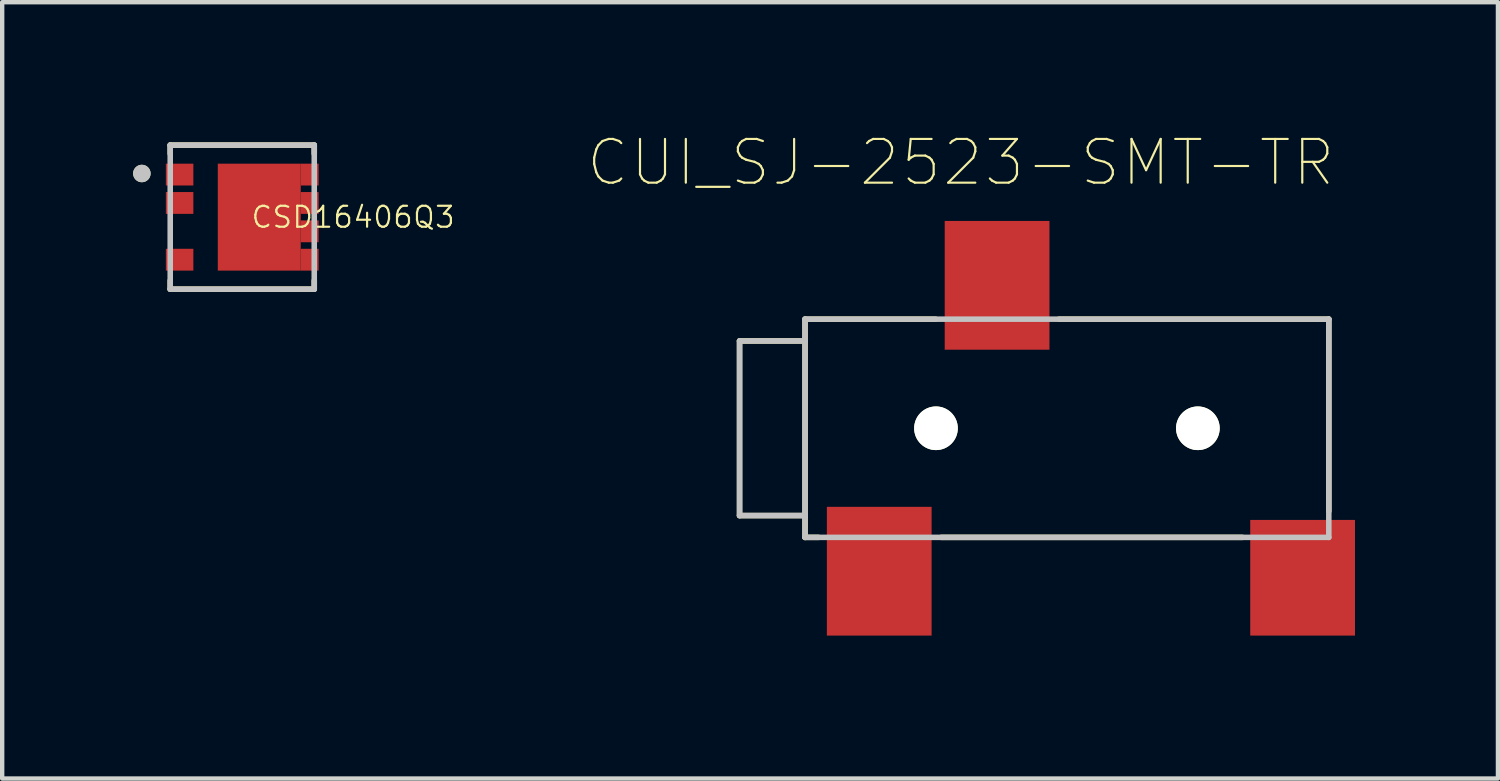
<source format=kicad_pcb>
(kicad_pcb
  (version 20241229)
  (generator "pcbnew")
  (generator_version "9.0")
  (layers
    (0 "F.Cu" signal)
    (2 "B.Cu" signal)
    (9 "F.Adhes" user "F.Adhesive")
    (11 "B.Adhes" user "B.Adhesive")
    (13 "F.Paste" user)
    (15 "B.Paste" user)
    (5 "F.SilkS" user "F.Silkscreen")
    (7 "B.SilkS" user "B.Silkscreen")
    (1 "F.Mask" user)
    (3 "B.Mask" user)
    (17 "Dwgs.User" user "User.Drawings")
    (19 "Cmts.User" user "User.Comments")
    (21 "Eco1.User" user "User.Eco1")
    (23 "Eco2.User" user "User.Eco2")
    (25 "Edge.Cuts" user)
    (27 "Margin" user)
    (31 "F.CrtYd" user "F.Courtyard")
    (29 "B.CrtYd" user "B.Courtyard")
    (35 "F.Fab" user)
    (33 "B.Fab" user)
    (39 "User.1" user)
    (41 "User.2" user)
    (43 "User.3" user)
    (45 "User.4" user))
  (footprint "CSD16406Q3"
    (layer "F.Cu")
    (at 2.5 1.925)
    (property "Reference" "CSD16406Q3" (at 2.54 0 0) (layer "F.SilkS") (effects (font (size 0.48 0.48) (thickness 0.05))))
    (attr smd)
    (fp_line (start -1.65 -1.65) (end -1.65 -1.453) (stroke (width 0.127) (type solid)) (layer "F.SilkS"))
    (fp_line (start -1.65 1.453) (end -1.65 1.65) (stroke (width 0.127) (type solid)) (layer "F.SilkS"))
    (fp_line (start -1.65 1.65) (end 1.65 1.65) (stroke (width 0.127) (type solid)) (layer "F.SilkS"))
    (fp_line (start 1.65 -1.65) (end -1.65 -1.65) (stroke (width 0.127) (type solid)) (layer "F.SilkS"))
    (fp_line (start 1.65 -1.453) (end 1.65 -1.65) (stroke (width 0.127) (type solid)) (layer "F.SilkS"))
    (fp_line (start 1.65 1.65) (end 1.65 1.453) (stroke (width 0.127) (type solid)) (layer "F.SilkS"))
    (fp_circle (center -2.3 -1) (end -2.2 -1) (stroke (width 0.2) (type solid)) (fill no) (layer "F.SilkS"))
    (fp_poly (pts (xy -1.21 -1.145) (xy -1.21 -0.805) (xy -1.66 -0.805) (xy -1.66 -1.145)) (stroke (width 0) (type solid)) (fill yes) (layer "F.Paste"))
    (fp_poly (pts (xy -1.21 -0.495) (xy -1.21 -0.155) (xy -1.66 -0.155) (xy -1.66 -0.495)) (stroke (width 0) (type solid)) (fill yes) (layer "F.Paste"))
    (fp_poly (pts (xy -1.21 0.805) (xy -1.21 1.145) (xy -1.66 1.145) (xy -1.66 0.805)) (stroke (width 0) (type solid)) (fill yes) (layer "F.Paste"))
    (fp_poly (pts (xy 0.985 -1.145) (xy 0.985 -0.125) (xy -0.46 -0.125) (xy -0.46 -1.145)) (stroke (width 0) (type solid)) (fill yes) (layer "F.Paste"))
    (fp_poly (pts (xy 0.985 0.125) (xy 0.985 1.145) (xy -0.46 1.145) (xy -0.46 0.125)) (stroke (width 0) (type solid)) (fill yes) (layer "F.Paste"))
    (fp_poly (pts (xy 1.66 -1.145) (xy 1.66 -0.805) (xy 1.21 -0.805) (xy 1.21 -1.145)) (stroke (width 0) (type solid)) (fill yes) (layer "F.Paste"))
    (fp_poly (pts (xy 1.66 -0.495) (xy 1.66 -0.155) (xy 1.21 -0.155) (xy 1.21 -0.495)) (stroke (width 0) (type solid)) (fill yes) (layer "F.Paste"))
    (fp_poly (pts (xy 1.66 0.155) (xy 1.66 0.495) (xy 1.21 0.495) (xy 1.21 0.155)) (stroke (width 0) (type solid)) (fill yes) (layer "F.Paste"))
    (fp_poly (pts (xy 1.66 0.805) (xy 1.66 1.145) (xy 1.21 1.145) (xy 1.21 0.805)) (stroke (width 0) (type solid)) (fill yes) (layer "F.Paste"))
    (fp_line (start -1.65 -1.65) (end 1.65 -1.65) (stroke (width 0.127) (type solid)) (layer "Dwgs.User"))
    (fp_line (start -1.65 1.65) (end -1.65 -1.65) (stroke (width 0.127) (type solid)) (layer "Dwgs.User"))
    (fp_line (start 1.65 -1.65) (end 1.65 1.65) (stroke (width 0.127) (type solid)) (layer "Dwgs.User"))
    (fp_line (start 1.65 1.65) (end -1.65 1.65) (stroke (width 0.127) (type solid)) (layer "Dwgs.User"))
    (fp_circle (center -2.3 -1) (end -2.2 -1) (stroke (width 0.2) (type solid)) (fill no) (layer "Dwgs.User"))
    (fp_line (start -2 -1.9) (end 2 -1.9) (stroke (width 0.05) (type solid)) (layer "Eco1.User"))
    (fp_line (start -2 1.9) (end -2 -1.9) (stroke (width 0.05) (type solid)) (layer "Eco1.User"))
    (fp_line (start 2 -1.9) (end 2 1.9) (stroke (width 0.05) (type solid)) (layer "Eco1.User"))
    (fp_line (start 2 1.9) (end -2 1.9) (stroke (width 0.05) (type solid)) (layer "Eco1.User"))
    (pad "1" smd rect (at -1.435 -0.975) (size 0.63 0.5) (layers "F.Cu" "F.Mask" "F.Paste"))
    (pad "2" smd rect (at -1.435 -0.325) (size 0.63 0.5) (layers "F.Cu" "F.Mask" "F.Paste"))
    (pad "4" smd rect (at -1.435 0.975) (size 0.63 0.5) (layers "F.Cu" "F.Mask" "F.Paste"))
    (pad "9" smd rect (at 0.39 0 90) (size 2.45 1.9) (layers "F.Cu" "F.Mask" "F.Paste"))
    (pad "9" smd rect (at 1.545 -0.975) (size 0.41 0.5) (layers "F.Cu" "F.Mask" "F.Paste"))
    (pad "9" smd rect (at 1.545 -0.325) (size 0.41 0.5) (layers "F.Cu" "F.Mask" "F.Paste"))
    (pad "9" smd rect (at 1.545 0.325) (size 0.41 0.5) (layers "F.Cu" "F.Mask" "F.Paste"))
    (pad "9" smd rect (at 1.545 0.975) (size 0.41 0.5) (layers "F.Cu" "F.Mask" "F.Paste")))
  (footprint "CUI_SJ-2523-SMT-TR"
    (layer "F.Cu")
    (at 15.394 6.762)
    (property "Reference" "CUI_SJ-2523-SMT-TR" (at 3.567 -6.088 0) (layer "F.SilkS") (effects (font (size 1.002 1.002) (thickness 0.05))))
    (attr smd)
    (fp_line (start -1.5 -2) (end -1.5 2) (stroke (width 0.127) (type solid)) (layer "F.SilkS"))
    (fp_line (start -1.5 2) (end 0 2) (stroke (width 0.127) (type solid)) (layer "F.SilkS"))
    (fp_line (start 0 -2.5) (end 0 -2) (stroke (width 0.127) (type solid)) (layer "F.SilkS"))
    (fp_line (start 0 -2.5) (end 2.99 -2.5) (stroke (width 0.127) (type solid)) (layer "F.SilkS"))
    (fp_line (start 0 -2) (end -1.5 -2) (stroke (width 0.127) (type solid)) (layer "F.SilkS"))
    (fp_line (start 0 -2) (end 0 2) (stroke (width 0.127) (type solid)) (layer "F.SilkS"))
    (fp_line (start 0 2) (end 0 2.5) (stroke (width 0.127) (type solid)) (layer "F.SilkS"))
    (fp_line (start 0 2.5) (end 0.31 2.5) (stroke (width 0.127) (type solid)) (layer "F.SilkS"))
    (fp_line (start 5.82 -2.5) (end 12 -2.5) (stroke (width 0.127) (type solid)) (layer "F.SilkS"))
    (fp_line (start 10.02 2.5) (end 3.12 2.5) (stroke (width 0.127) (type solid)) (layer "F.SilkS"))
    (fp_line (start 12 -2.5) (end 12 1.9) (stroke (width 0.127) (type solid)) (layer "F.SilkS"))
    (fp_line (start -1.5 -2) (end -1.5 2) (stroke (width 0.127) (type solid)) (layer "Dwgs.User"))
    (fp_line (start -1.5 2) (end 0 2) (stroke (width 0.127) (type solid)) (layer "Dwgs.User"))
    (fp_line (start 0 -2.5) (end 0 -2) (stroke (width 0.127) (type solid)) (layer "Dwgs.User"))
    (fp_line (start 0 -2) (end -1.5 -2) (stroke (width 0.127) (type solid)) (layer "Dwgs.User"))
    (fp_line (start 0 -2) (end 0 2) (stroke (width 0.127) (type solid)) (layer "Dwgs.User"))
    (fp_line (start 0 2) (end 0 2.5) (stroke (width 0.127) (type solid)) (layer "Dwgs.User"))
    (fp_line (start 0 2.5) (end 12 2.5) (stroke (width 0.127) (type solid)) (layer "Dwgs.User"))
    (fp_line (start 12 -2.5) (end 0 -2.5) (stroke (width 0.127) (type solid)) (layer "Dwgs.User"))
    (fp_line (start 12 2.5) (end 12 -2.5) (stroke (width 0.127) (type solid)) (layer "Dwgs.User"))
    (fp_line (start -1.75 2.25) (end -1.75 -2.25) (stroke (width 0.05) (type solid)) (layer "Eco1.User"))
    (fp_line (start -0.25 -2.75) (end -0.25 -2.25) (stroke (width 0.05) (type solid)) (layer "Eco1.User"))
    (fp_line (start -0.25 -2.75) (end 2.95 -2.75) (stroke (width 0.05) (type solid)) (layer "Eco1.User"))
    (fp_line (start -0.25 -2.25) (end -1.75 -2.25) (stroke (width 0.05) (type solid)) (layer "Eco1.User"))
    (fp_line (start -0.25 2.25) (end -1.75 2.25) (stroke (width 0.05) (type solid)) (layer "Eco1.User"))
    (fp_line (start -0.25 2.75) (end -0.25 2.25) (stroke (width 0.05) (type solid)) (layer "Eco1.User"))
    (fp_line (start 0.25 2.75) (end -0.25 2.75) (stroke (width 0.05) (type solid)) (layer "Eco1.User"))
    (fp_line (start 0.25 5) (end 0.25 2.75) (stroke (width 0.05) (type solid)) (layer "Eco1.User"))
    (fp_line (start 2.95 -5) (end 5.85 -5) (stroke (width 0.05) (type solid)) (layer "Eco1.User"))
    (fp_line (start 2.95 -2.75) (end 2.95 -5) (stroke (width 0.05) (type solid)) (layer "Eco1.User"))
    (fp_line (start 3.15 2.75) (end 3.15 5) (stroke (width 0.05) (type solid)) (layer "Eco1.User"))
    (fp_line (start 3.15 5) (end 0.25 5) (stroke (width 0.05) (type solid)) (layer "Eco1.User"))
    (fp_line (start 5.85 -5) (end 5.85 -2.75) (stroke (width 0.05) (type solid)) (layer "Eco1.User"))
    (fp_line (start 5.85 -2.75) (end 12.25 -2.75) (stroke (width 0.05) (type solid)) (layer "Eco1.User"))
    (fp_line (start 9.95 2.75) (end 3.15 2.75) (stroke (width 0.05) (type solid)) (layer "Eco1.User"))
    (fp_line (start 9.95 5) (end 9.95 2.75) (stroke (width 0.05) (type solid)) (layer "Eco1.User"))
    (fp_line (start 12.25 -2.75) (end 12.25 1.85) (stroke (width 0.05) (type solid)) (layer "Eco1.User"))
    (fp_line (start 12.25 1.85) (end 12.85 1.85) (stroke (width 0.05) (type solid)) (layer "Eco1.User"))
    (fp_line (start 12.85 1.85) (end 12.85 5) (stroke (width 0.05) (type solid)) (layer "Eco1.User"))
    (fp_line (start 12.85 5) (end 9.95 5) (stroke (width 0.05) (type solid)) (layer "Eco1.User"))
    (pad "" np_thru_hole circle (at 3 0) (size 1 1) (drill 1) (layers "*.Cu" "*.Mask" "F.SilkS"))
    (pad "" np_thru_hole circle (at 9 0) (size 1 1) (drill 1) (layers "*.Cu" "*.Mask" "F.SilkS"))
    (pad "1" smd rect (at 1.7 3.275) (size 2.4 2.95) (layers "F.Cu" "F.Mask" "F.Paste"))
    (pad "2" smd rect (at 11.4 3.425) (size 2.4 2.65) (layers "F.Cu" "F.Mask" "F.Paste"))
    (pad "3" smd rect (at 4.4 -3.275) (size 2.4 2.95) (layers "F.Cu" "F.Mask" "F.Paste")))
  (gr_rect
    (start -3 -3)
    (end 31.269 14.787)
    (stroke (width 0.1) (type default))
    (fill no)
    (layer "Edge.Cuts")))
</source>
